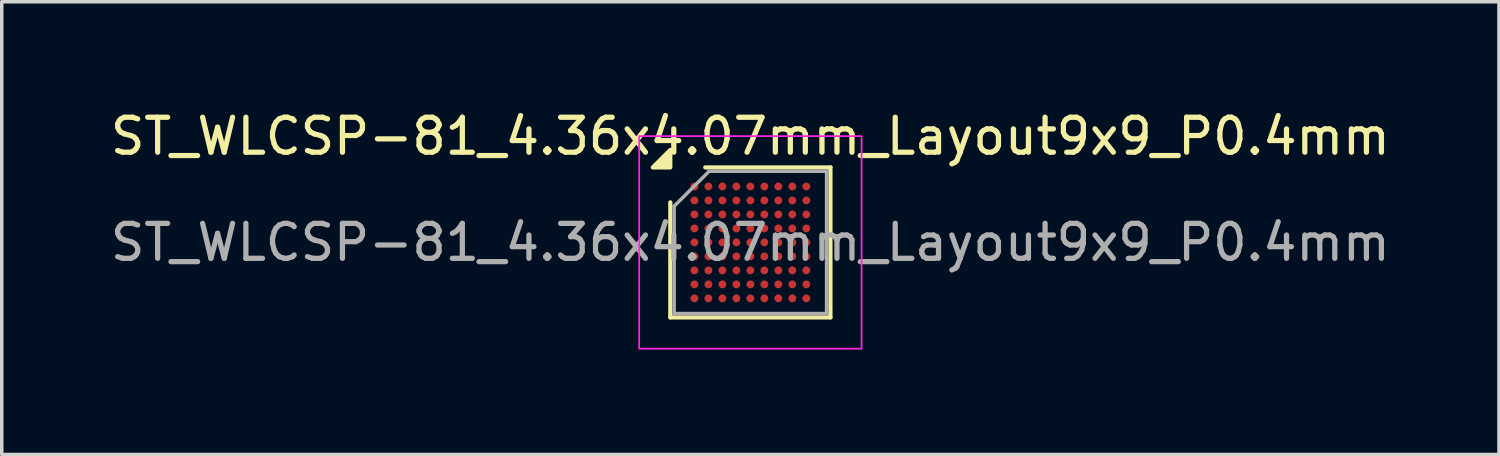
<source format=kicad_pcb>
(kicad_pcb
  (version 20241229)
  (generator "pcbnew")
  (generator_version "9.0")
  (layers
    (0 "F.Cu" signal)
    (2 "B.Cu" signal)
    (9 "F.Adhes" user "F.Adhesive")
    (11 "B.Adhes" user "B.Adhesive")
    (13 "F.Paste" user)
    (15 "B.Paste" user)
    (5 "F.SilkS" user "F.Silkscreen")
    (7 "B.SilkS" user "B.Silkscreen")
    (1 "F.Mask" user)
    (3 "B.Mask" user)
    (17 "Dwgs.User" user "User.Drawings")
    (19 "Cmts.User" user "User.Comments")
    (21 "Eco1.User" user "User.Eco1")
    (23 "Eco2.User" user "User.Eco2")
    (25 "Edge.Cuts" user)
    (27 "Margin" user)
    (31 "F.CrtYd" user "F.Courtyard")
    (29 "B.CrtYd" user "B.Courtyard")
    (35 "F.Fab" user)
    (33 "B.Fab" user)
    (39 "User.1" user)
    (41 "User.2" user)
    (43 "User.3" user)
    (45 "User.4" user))
  (footprint "ST_WLCSP-81_4.36x4.07mm_Layout9x9_P0.4mm"
    (layer "F.Cu")
    (at 18.411 3.883)
    (property "Reference" "ST_WLCSP-81_4.36x4.07mm_Layout9x9_P0.4mm" (at 0 -3.035 0) (layer "F.SilkS") (effects (font (size 1 1) (thickness 0.15))))
    (attr smd)
    (fp_line (start -2.29 2.145) (end -2.29 -1.145) (stroke (width 0.12) (type solid)) (layer "F.SilkS"))
    (fp_line (start -1.29 -2.145) (end 2.29 -2.145) (stroke (width 0.12) (type solid)) (layer "F.SilkS"))
    (fp_line (start 2.29 -2.145) (end 2.29 2.145) (stroke (width 0.12) (type solid)) (layer "F.SilkS"))
    (fp_line (start 2.29 2.145) (end -2.29 2.145) (stroke (width 0.12) (type solid)) (layer "F.SilkS"))
    (fp_poly (pts (xy -2.29 -2.145) (xy -2.79 -2.145) (xy -2.29 -2.645)) (stroke (width 0.12) (type solid)) (fill yes) (layer "F.SilkS"))
    (fp_rect (start -3.18 -3.04) (end 3.18 3.04) (stroke (width 0.05) (type solid)) (fill no) (layer "F.CrtYd"))
    (fp_line (start -2.18 -1.035) (end -1.18 -2.035) (stroke (width 0.1) (type solid)) (layer "F.Fab"))
    (fp_line (start -2.18 2.035) (end -2.18 -1.035) (stroke (width 0.1) (type solid)) (layer "F.Fab"))
    (fp_line (start -1.18 -2.035) (end 2.18 -2.035) (stroke (width 0.1) (type solid)) (layer "F.Fab"))
    (fp_line (start 2.18 -2.035) (end 2.18 2.035) (stroke (width 0.1) (type solid)) (layer "F.Fab"))
    (fp_line (start 2.18 2.035) (end -2.18 2.035) (stroke (width 0.1) (type solid)) (layer "F.Fab"))
    (fp_text user "${REFERENCE}" (at 0 0 0) (layer "F.Fab") (effects (font (size 1 1) (thickness 0.15))))
    (pad "A1" smd circle (at -1.6 -1.6) (size 0.225 0.225) (property pad_prop_bga) (layers "F.Cu" "F.Mask" "F.Paste"))
    (pad "A2" smd circle (at -1.2 -1.6) (size 0.225 0.225) (property pad_prop_bga) (layers "F.Cu" "F.Mask" "F.Paste"))
    (pad "A3" smd circle (at -0.8 -1.6) (size 0.225 0.225) (property pad_prop_bga) (layers "F.Cu" "F.Mask" "F.Paste"))
    (pad "A4" smd circle (at -0.4 -1.6) (size 0.225 0.225) (property pad_prop_bga) (layers "F.Cu" "F.Mask" "F.Paste"))
    (pad "A5" smd circle (at 0 -1.6) (size 0.225 0.225) (property pad_prop_bga) (layers "F.Cu" "F.Mask" "F.Paste"))
    (pad "A6" smd circle (at 0.4 -1.6) (size 0.225 0.225) (property pad_prop_bga) (layers "F.Cu" "F.Mask" "F.Paste"))
    (pad "A7" smd circle (at 0.8 -1.6) (size 0.225 0.225) (property pad_prop_bga) (layers "F.Cu" "F.Mask" "F.Paste"))
    (pad "A8" smd circle (at 1.2 -1.6) (size 0.225 0.225) (property pad_prop_bga) (layers "F.Cu" "F.Mask" "F.Paste"))
    (pad "A9" smd circle (at 1.6 -1.6) (size 0.225 0.225) (property pad_prop_bga) (layers "F.Cu" "F.Mask" "F.Paste"))
    (pad "B1" smd circle (at -1.6 -1.2) (size 0.225 0.225) (property pad_prop_bga) (layers "F.Cu" "F.Mask" "F.Paste"))
    (pad "B2" smd circle (at -1.2 -1.2) (size 0.225 0.225) (property pad_prop_bga) (layers "F.Cu" "F.Mask" "F.Paste"))
    (pad "B3" smd circle (at -0.8 -1.2) (size 0.225 0.225) (property pad_prop_bga) (layers "F.Cu" "F.Mask" "F.Paste"))
    (pad "B4" smd circle (at -0.4 -1.2) (size 0.225 0.225) (property pad_prop_bga) (layers "F.Cu" "F.Mask" "F.Paste"))
    (pad "B5" smd circle (at 0 -1.2) (size 0.225 0.225) (property pad_prop_bga) (layers "F.Cu" "F.Mask" "F.Paste"))
    (pad "B6" smd circle (at 0.4 -1.2) (size 0.225 0.225) (property pad_prop_bga) (layers "F.Cu" "F.Mask" "F.Paste"))
    (pad "B7" smd circle (at 0.8 -1.2) (size 0.225 0.225) (property pad_prop_bga) (layers "F.Cu" "F.Mask" "F.Paste"))
    (pad "B8" smd circle (at 1.2 -1.2) (size 0.225 0.225) (property pad_prop_bga) (layers "F.Cu" "F.Mask" "F.Paste"))
    (pad "B9" smd circle (at 1.6 -1.2) (size 0.225 0.225) (property pad_prop_bga) (layers "F.Cu" "F.Mask" "F.Paste"))
    (pad "C1" smd circle (at -1.6 -0.8) (size 0.225 0.225) (property pad_prop_bga) (layers "F.Cu" "F.Mask" "F.Paste"))
    (pad "C2" smd circle (at -1.2 -0.8) (size 0.225 0.225) (property pad_prop_bga) (layers "F.Cu" "F.Mask" "F.Paste"))
    (pad "C3" smd circle (at -0.8 -0.8) (size 0.225 0.225) (property pad_prop_bga) (layers "F.Cu" "F.Mask" "F.Paste"))
    (pad "C4" smd circle (at -0.4 -0.8) (size 0.225 0.225) (property pad_prop_bga) (layers "F.Cu" "F.Mask" "F.Paste"))
    (pad "C5" smd circle (at 0 -0.8) (size 0.225 0.225) (property pad_prop_bga) (layers "F.Cu" "F.Mask" "F.Paste"))
    (pad "C6" smd circle (at 0.4 -0.8) (size 0.225 0.225) (property pad_prop_bga) (layers "F.Cu" "F.Mask" "F.Paste"))
    (pad "C7" smd circle (at 0.8 -0.8) (size 0.225 0.225) (property pad_prop_bga) (layers "F.Cu" "F.Mask" "F.Paste"))
    (pad "C8" smd circle (at 1.2 -0.8) (size 0.225 0.225) (property pad_prop_bga) (layers "F.Cu" "F.Mask" "F.Paste"))
    (pad "C9" smd circle (at 1.6 -0.8) (size 0.225 0.225) (property pad_prop_bga) (layers "F.Cu" "F.Mask" "F.Paste"))
    (pad "D1" smd circle (at -1.6 -0.4) (size 0.225 0.225) (property pad_prop_bga) (layers "F.Cu" "F.Mask" "F.Paste"))
    (pad "D2" smd circle (at -1.2 -0.4) (size 0.225 0.225) (property pad_prop_bga) (layers "F.Cu" "F.Mask" "F.Paste"))
    (pad "D3" smd circle (at -0.8 -0.4) (size 0.225 0.225) (property pad_prop_bga) (layers "F.Cu" "F.Mask" "F.Paste"))
    (pad "D4" smd circle (at -0.4 -0.4) (size 0.225 0.225) (property pad_prop_bga) (layers "F.Cu" "F.Mask" "F.Paste"))
    (pad "D5" smd circle (at 0 -0.4) (size 0.225 0.225) (property pad_prop_bga) (layers "F.Cu" "F.Mask" "F.Paste"))
    (pad "D6" smd circle (at 0.4 -0.4) (size 0.225 0.225) (property pad_prop_bga) (layers "F.Cu" "F.Mask" "F.Paste"))
    (pad "D7" smd circle (at 0.8 -0.4) (size 0.225 0.225) (property pad_prop_bga) (layers "F.Cu" "F.Mask" "F.Paste"))
    (pad "D8" smd circle (at 1.2 -0.4) (size 0.225 0.225) (property pad_prop_bga) (layers "F.Cu" "F.Mask" "F.Paste"))
    (pad "D9" smd circle (at 1.6 -0.4) (size 0.225 0.225) (property pad_prop_bga) (layers "F.Cu" "F.Mask" "F.Paste"))
    (pad "E1" smd circle (at -1.6 0) (size 0.225 0.225) (property pad_prop_bga) (layers "F.Cu" "F.Mask" "F.Paste"))
    (pad "E2" smd circle (at -1.2 0) (size 0.225 0.225) (property pad_prop_bga) (layers "F.Cu" "F.Mask" "F.Paste"))
    (pad "E3" smd circle (at -0.8 0) (size 0.225 0.225) (property pad_prop_bga) (layers "F.Cu" "F.Mask" "F.Paste"))
    (pad "E4" smd circle (at -0.4 0) (size 0.225 0.225) (property pad_prop_bga) (layers "F.Cu" "F.Mask" "F.Paste"))
    (pad "E5" smd circle (at 0 0) (size 0.225 0.225) (property pad_prop_bga) (layers "F.Cu" "F.Mask" "F.Paste"))
    (pad "E6" smd circle (at 0.4 0) (size 0.225 0.225) (property pad_prop_bga) (layers "F.Cu" "F.Mask" "F.Paste"))
    (pad "E7" smd circle (at 0.8 0) (size 0.225 0.225) (property pad_prop_bga) (layers "F.Cu" "F.Mask" "F.Paste"))
    (pad "E8" smd circle (at 1.2 0) (size 0.225 0.225) (property pad_prop_bga) (layers "F.Cu" "F.Mask" "F.Paste"))
    (pad "E9" smd circle (at 1.6 0) (size 0.225 0.225) (property pad_prop_bga) (layers "F.Cu" "F.Mask" "F.Paste"))
    (pad "F1" smd circle (at -1.6 0.4) (size 0.225 0.225) (property pad_prop_bga) (layers "F.Cu" "F.Mask" "F.Paste"))
    (pad "F2" smd circle (at -1.2 0.4) (size 0.225 0.225) (property pad_prop_bga) (layers "F.Cu" "F.Mask" "F.Paste"))
    (pad "F3" smd circle (at -0.8 0.4) (size 0.225 0.225) (property pad_prop_bga) (layers "F.Cu" "F.Mask" "F.Paste"))
    (pad "F4" smd circle (at -0.4 0.4) (size 0.225 0.225) (property pad_prop_bga) (layers "F.Cu" "F.Mask" "F.Paste"))
    (pad "F5" smd circle (at 0 0.4) (size 0.225 0.225) (property pad_prop_bga) (layers "F.Cu" "F.Mask" "F.Paste"))
    (pad "F6" smd circle (at 0.4 0.4) (size 0.225 0.225) (property pad_prop_bga) (layers "F.Cu" "F.Mask" "F.Paste"))
    (pad "F7" smd circle (at 0.8 0.4) (size 0.225 0.225) (property pad_prop_bga) (layers "F.Cu" "F.Mask" "F.Paste"))
    (pad "F8" smd circle (at 1.2 0.4) (size 0.225 0.225) (property pad_prop_bga) (layers "F.Cu" "F.Mask" "F.Paste"))
    (pad "F9" smd circle (at 1.6 0.4) (size 0.225 0.225) (property pad_prop_bga) (layers "F.Cu" "F.Mask" "F.Paste"))
    (pad "G1" smd circle (at -1.6 0.8) (size 0.225 0.225) (property pad_prop_bga) (layers "F.Cu" "F.Mask" "F.Paste"))
    (pad "G2" smd circle (at -1.2 0.8) (size 0.225 0.225) (property pad_prop_bga) (layers "F.Cu" "F.Mask" "F.Paste"))
    (pad "G3" smd circle (at -0.8 0.8) (size 0.225 0.225) (property pad_prop_bga) (layers "F.Cu" "F.Mask" "F.Paste"))
    (pad "G4" smd circle (at -0.4 0.8) (size 0.225 0.225) (property pad_prop_bga) (layers "F.Cu" "F.Mask" "F.Paste"))
    (pad "G5" smd circle (at 0 0.8) (size 0.225 0.225) (property pad_prop_bga) (layers "F.Cu" "F.Mask" "F.Paste"))
    (pad "G6" smd circle (at 0.4 0.8) (size 0.225 0.225) (property pad_prop_bga) (layers "F.Cu" "F.Mask" "F.Paste"))
    (pad "G7" smd circle (at 0.8 0.8) (size 0.225 0.225) (property pad_prop_bga) (layers "F.Cu" "F.Mask" "F.Paste"))
    (pad "G8" smd circle (at 1.2 0.8) (size 0.225 0.225) (property pad_prop_bga) (layers "F.Cu" "F.Mask" "F.Paste"))
    (pad "G9" smd circle (at 1.6 0.8) (size 0.225 0.225) (property pad_prop_bga) (layers "F.Cu" "F.Mask" "F.Paste"))
    (pad "H1" smd circle (at -1.6 1.2) (size 0.225 0.225) (property pad_prop_bga) (layers "F.Cu" "F.Mask" "F.Paste"))
    (pad "H2" smd circle (at -1.2 1.2) (size 0.225 0.225) (property pad_prop_bga) (layers "F.Cu" "F.Mask" "F.Paste"))
    (pad "H3" smd circle (at -0.8 1.2) (size 0.225 0.225) (property pad_prop_bga) (layers "F.Cu" "F.Mask" "F.Paste"))
    (pad "H4" smd circle (at -0.4 1.2) (size 0.225 0.225) (property pad_prop_bga) (layers "F.Cu" "F.Mask" "F.Paste"))
    (pad "H5" smd circle (at 0 1.2) (size 0.225 0.225) (property pad_prop_bga) (layers "F.Cu" "F.Mask" "F.Paste"))
    (pad "H6" smd circle (at 0.4 1.2) (size 0.225 0.225) (property pad_prop_bga) (layers "F.Cu" "F.Mask" "F.Paste"))
    (pad "H7" smd circle (at 0.8 1.2) (size 0.225 0.225) (property pad_prop_bga) (layers "F.Cu" "F.Mask" "F.Paste"))
    (pad "H8" smd circle (at 1.2 1.2) (size 0.225 0.225) (property pad_prop_bga) (layers "F.Cu" "F.Mask" "F.Paste"))
    (pad "H9" smd circle (at 1.6 1.2) (size 0.225 0.225) (property pad_prop_bga) (layers "F.Cu" "F.Mask" "F.Paste"))
    (pad "J1" smd circle (at -1.6 1.6) (size 0.225 0.225) (property pad_prop_bga) (layers "F.Cu" "F.Mask" "F.Paste"))
    (pad "J2" smd circle (at -1.2 1.6) (size 0.225 0.225) (property pad_prop_bga) (layers "F.Cu" "F.Mask" "F.Paste"))
    (pad "J3" smd circle (at -0.8 1.6) (size 0.225 0.225) (property pad_prop_bga) (layers "F.Cu" "F.Mask" "F.Paste"))
    (pad "J4" smd circle (at -0.4 1.6) (size 0.225 0.225) (property pad_prop_bga) (layers "F.Cu" "F.Mask" "F.Paste"))
    (pad "J5" smd circle (at 0 1.6) (size 0.225 0.225) (property pad_prop_bga) (layers "F.Cu" "F.Mask" "F.Paste"))
    (pad "J6" smd circle (at 0.4 1.6) (size 0.225 0.225) (property pad_prop_bga) (layers "F.Cu" "F.Mask" "F.Paste"))
    (pad "J7" smd circle (at 0.8 1.6) (size 0.225 0.225) (property pad_prop_bga) (layers "F.Cu" "F.Mask" "F.Paste"))
    (pad "J8" smd circle (at 1.2 1.6) (size 0.225 0.225) (property pad_prop_bga) (layers "F.Cu" "F.Mask" "F.Paste"))
    (pad "J9" smd circle (at 1.6 1.6) (size 0.225 0.225) (property pad_prop_bga) (layers "F.Cu" "F.Mask" "F.Paste")))
  (gr_rect
    (start -3 -3)
    (end 39.821 9.948)
    (stroke (width 0.1) (type default))
    (fill no)
    (layer "Edge.Cuts")))
</source>
